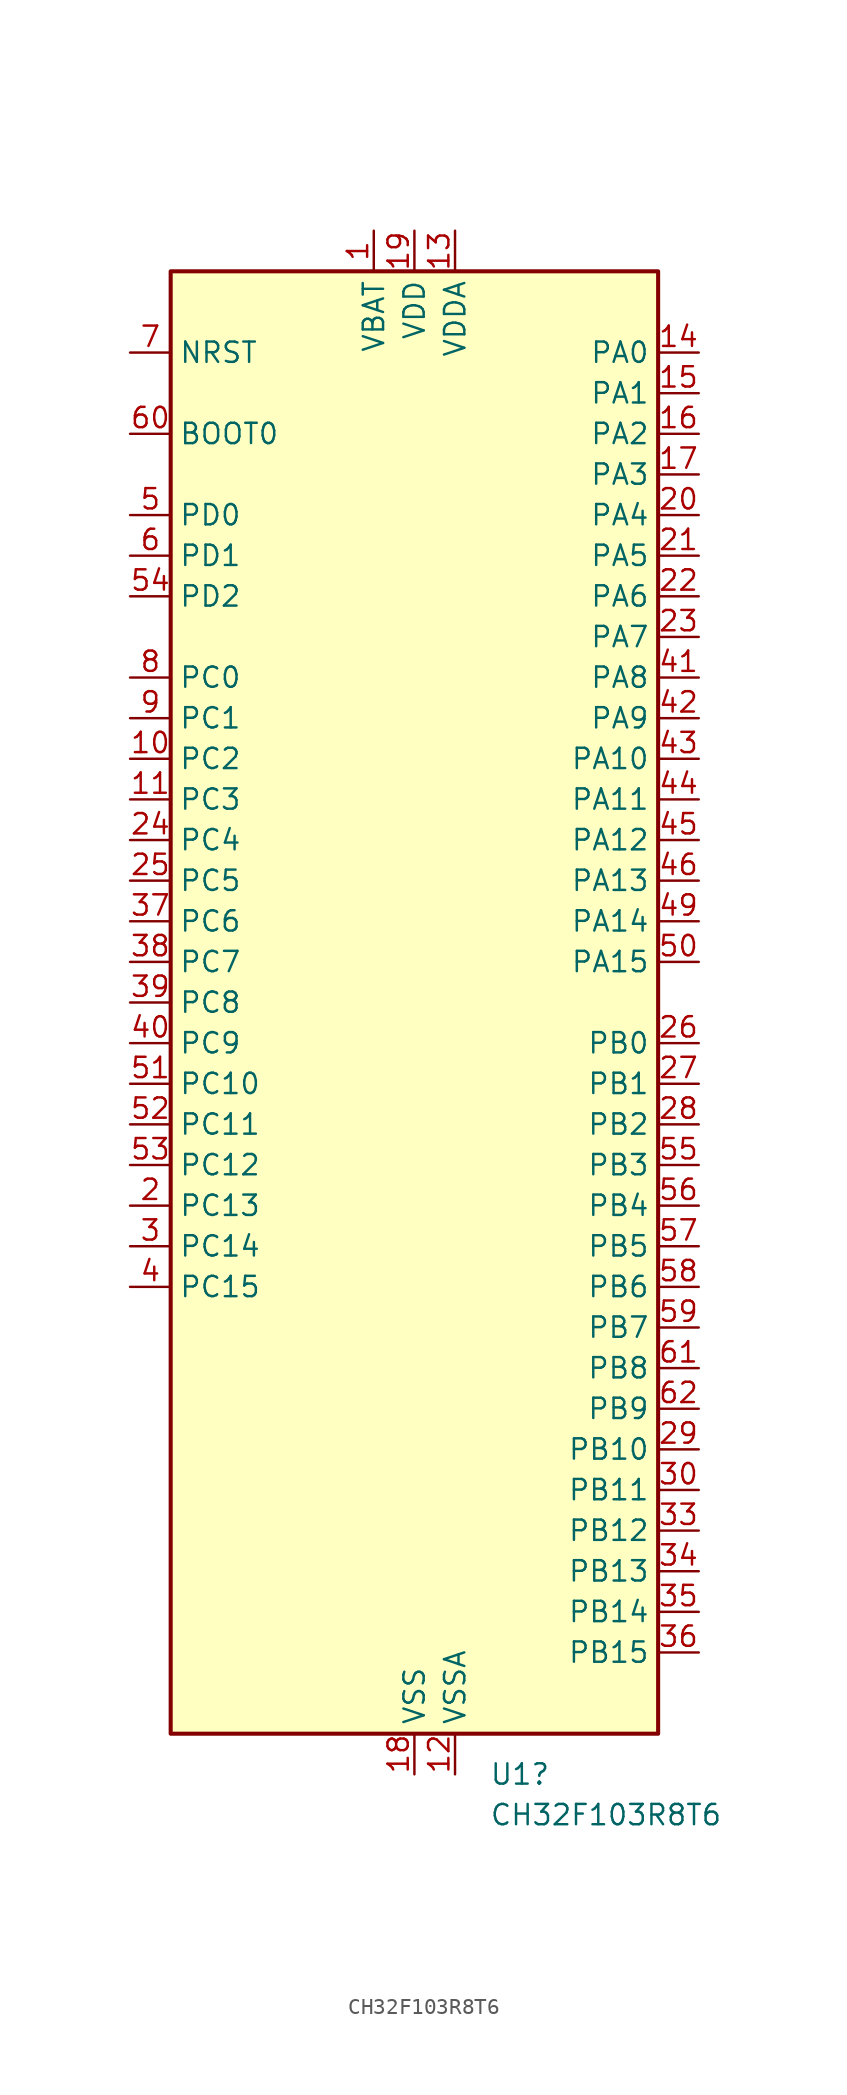
<source format=kicad_sym>
(kicad_symbol_lib
  (version 20241209)
  (generator "kicad_symbol_editor")
  (generator_version "9.0")
  (symbol "CH32F103R8T6"
    (property "Reference" "U1"
      (at 4.683 -48.26 0)
      (effects (font (size 1.27 1.27)) (justify left)))
    (property "Value" "CH32F103R8T6"
      (at 4.683 -50.8 0)
      (effects (font (size 1.27 1.27)) (justify left)))
    (symbol "CH32F103R8T6_0_1"
      (rectangle (start -15.24 45.72) (end 15.24 -45.72) (stroke (width 0.254) (type default)) (fill (type background))))
    (symbol "CH32F103R8T6_1_1"
      (pin input line (at -17.78 40.64 0) (length 2.54) (name "NRST" (effects (font (size 1.27 1.27)))) (number "7" (effects (font (size 1.27 1.27)))))
      (pin input line (at -17.78 35.56 0) (length 2.54) (name "BOOT0" (effects (font (size 1.27 1.27)))) (number "60" (effects (font (size 1.27 1.27)))))
      (pin bidirectional line (at -17.78 30.48 0) (length 2.54) (name "PD0" (effects (font (size 1.27 1.27)))) (number "5" (effects (font (size 1.27 1.27)))) (alternate "RCC_OSC_IN" bidirectional line))
      (pin bidirectional line (at -17.78 27.94 0) (length 2.54) (name "PD1" (effects (font (size 1.27 1.27)))) (number "6" (effects (font (size 1.27 1.27)))) (alternate "RCC_OSC_OUT" bidirectional line))
      (pin bidirectional line (at -17.78 25.4 0) (length 2.54) (name "PD2" (effects (font (size 1.27 1.27)))) (number "54" (effects (font (size 1.27 1.27)))) (alternate "TIM3_ETR" bidirectional line))
      (pin bidirectional line (at -17.78 20.32 0) (length 2.54) (name "PC0" (effects (font (size 1.27 1.27)))) (number "8" (effects (font (size 1.27 1.27)))) (alternate "ADC1_IN10" bidirectional line) (alternate "ADC2_IN10" bidirectional line))
      (pin bidirectional line (at -17.78 17.78 0) (length 2.54) (name "PC1" (effects (font (size 1.27 1.27)))) (number "9" (effects (font (size 1.27 1.27)))) (alternate "ADC1_IN11" bidirectional line) (alternate "ADC2_IN11" bidirectional line))
      (pin bidirectional line (at -17.78 15.24 0) (length 2.54) (name "PC2" (effects (font (size 1.27 1.27)))) (number "10" (effects (font (size 1.27 1.27)))) (alternate "ADC1_IN12" bidirectional line) (alternate "ADC2_IN12" bidirectional line))
      (pin bidirectional line (at -17.78 12.7 0) (length 2.54) (name "PC3" (effects (font (size 1.27 1.27)))) (number "11" (effects (font (size 1.27 1.27)))) (alternate "ADC1_IN13" bidirectional line) (alternate "ADC2_IN13" bidirectional line))
      (pin bidirectional line (at -17.78 10.16 0) (length 2.54) (name "PC4" (effects (font (size 1.27 1.27)))) (number "24" (effects (font (size 1.27 1.27)))) (alternate "ADC1_IN14" bidirectional line) (alternate "ADC2_IN14" bidirectional line))
      (pin bidirectional line (at -17.78 7.62 0) (length 2.54) (name "PC5" (effects (font (size 1.27 1.27)))) (number "25" (effects (font (size 1.27 1.27)))) (alternate "ADC1_IN15" bidirectional line) (alternate "ADC2_IN15" bidirectional line))
      (pin bidirectional line (at -17.78 5.08 0) (length 2.54) (name "PC6" (effects (font (size 1.27 1.27)))) (number "37" (effects (font (size 1.27 1.27)))) (alternate "TIM3_CH1" bidirectional line))
      (pin bidirectional line (at -17.78 2.54 0) (length 2.54) (name "PC7" (effects (font (size 1.27 1.27)))) (number "38" (effects (font (size 1.27 1.27)))) (alternate "TIM3_CH2" bidirectional line))
      (pin bidirectional line (at -17.78 0 0) (length 2.54) (name "PC8" (effects (font (size 1.27 1.27)))) (number "39" (effects (font (size 1.27 1.27)))) (alternate "TIM3_CH3" bidirectional line))
      (pin bidirectional line (at -17.78 -2.54 0) (length 2.54) (name "PC9" (effects (font (size 1.27 1.27)))) (number "40" (effects (font (size 1.27 1.27)))) (alternate "TIM3_CH4" bidirectional line))
      (pin bidirectional line (at -17.78 -5.08 0) (length 2.54) (name "PC10" (effects (font (size 1.27 1.27)))) (number "51" (effects (font (size 1.27 1.27)))) (alternate "USART3_TX" bidirectional line))
      (pin bidirectional line (at -17.78 -7.62 0) (length 2.54) (name "PC11" (effects (font (size 1.27 1.27)))) (number "52" (effects (font (size 1.27 1.27)))) (alternate "ADC1_EXTI11" bidirectional line) (alternate "ADC2_EXTI11" bidirectional line) (alternate "USART3_RX" bidirectional line))
      (pin bidirectional line (at -17.78 -10.16 0) (length 2.54) (name "PC12" (effects (font (size 1.27 1.27)))) (number "53" (effects (font (size 1.27 1.27)))) (alternate "USART3_CK" bidirectional line))
      (pin bidirectional line (at -17.78 -12.7 0) (length 2.54) (name "PC13" (effects (font (size 1.27 1.27)))) (number "2" (effects (font (size 1.27 1.27)))) (alternate "RTC_TAMPER" bidirectional line))
      (pin bidirectional line (at -17.78 -15.24 0) (length 2.54) (name "PC14" (effects (font (size 1.27 1.27)))) (number "3" (effects (font (size 1.27 1.27)))) (alternate "RCC_OSC32_IN" bidirectional line))
      (pin bidirectional line (at -17.78 -17.78 0) (length 2.54) (name "PC15" (effects (font (size 1.27 1.27)))) (number "4" (effects (font (size 1.27 1.27)))) (alternate "ADC1_EXTI15" bidirectional line) (alternate "ADC2_EXTI15" bidirectional line) (alternate "RCC_OSC32_OUT" bidirectional line))
      (pin power_in line (at -2.54 48.26 270) (length 2.54) (name "VBAT" (effects (font (size 1.27 1.27)))) (number "1" (effects (font (size 1.27 1.27)))))
      (pin power_in line (at 0 48.26 270) (length 2.54) (name "VDD" (effects (font (size 1.27 1.27)))) (number "19" (effects (font (size 1.27 1.27)))))
      (pin power_in line (at 0 48.26 270) (length 2.54) (hide yes) (name "VDD" (effects (font (size 1.27 1.27)))) (number "32" (effects (font (size 1.27 1.27)))))
      (pin power_in line (at 0 48.26 270) (length 2.54) (hide yes) (name "VDD" (effects (font (size 1.27 1.27)))) (number "48" (effects (font (size 1.27 1.27)))))
      (pin power_in line (at 0 48.26 270) (length 2.54) (hide yes) (name "VDD" (effects (font (size 1.27 1.27)))) (number "64" (effects (font (size 1.27 1.27)))))
      (pin power_in line (at 0 -48.26 90) (length 2.54) (name "VSS" (effects (font (size 1.27 1.27)))) (number "18" (effects (font (size 1.27 1.27)))))
      (pin passive line (at 0 -48.26 90) (length 2.54) (hide yes) (name "VSS" (effects (font (size 1.27 1.27)))) (number "31" (effects (font (size 1.27 1.27)))))
      (pin passive line (at 0 -48.26 90) (length 2.54) (hide yes) (name "VSS" (effects (font (size 1.27 1.27)))) (number "47" (effects (font (size 1.27 1.27)))))
      (pin passive line (at 0 -48.26 90) (length 2.54) (hide yes) (name "VSS" (effects (font (size 1.27 1.27)))) (number "63" (effects (font (size 1.27 1.27)))))
      (pin power_in line (at 2.54 48.26 270) (length 2.54) (name "VDDA" (effects (font (size 1.27 1.27)))) (number "13" (effects (font (size 1.27 1.27)))))
      (pin power_in line (at 2.54 -48.26 90) (length 2.54) (name "VSSA" (effects (font (size 1.27 1.27)))) (number "12" (effects (font (size 1.27 1.27)))))
      (pin bidirectional line (at 17.78 40.64 180) (length 2.54) (name "PA0" (effects (font (size 1.27 1.27)))) (number "14" (effects (font (size 1.27 1.27)))) (alternate "ADC1_IN0" bidirectional line) (alternate "ADC2_IN0" bidirectional line) (alternate "SYS_WKUP" bidirectional line) (alternate "TIM2_CH1" bidirectional line) (alternate "TIM2_ETR" bidirectional line) (alternate "USART2_CTS" bidirectional line))
      (pin bidirectional line (at 17.78 38.1 180) (length 2.54) (name "PA1" (effects (font (size 1.27 1.27)))) (number "15" (effects (font (size 1.27 1.27)))) (alternate "ADC1_IN1" bidirectional line) (alternate "ADC2_IN1" bidirectional line) (alternate "TIM2_CH2" bidirectional line) (alternate "USART2_RTS" bidirectional line))
      (pin bidirectional line (at 17.78 35.56 180) (length 2.54) (name "PA2" (effects (font (size 1.27 1.27)))) (number "16" (effects (font (size 1.27 1.27)))) (alternate "ADC1_IN2" bidirectional line) (alternate "ADC2_IN2" bidirectional line) (alternate "TIM2_CH3" bidirectional line) (alternate "USART2_TX" bidirectional line))
      (pin bidirectional line (at 17.78 33.02 180) (length 2.54) (name "PA3" (effects (font (size 1.27 1.27)))) (number "17" (effects (font (size 1.27 1.27)))) (alternate "ADC1_IN3" bidirectional line) (alternate "ADC2_IN3" bidirectional line) (alternate "TIM2_CH4" bidirectional line) (alternate "USART2_RX" bidirectional line))
      (pin bidirectional line (at 17.78 30.48 180) (length 2.54) (name "PA4" (effects (font (size 1.27 1.27)))) (number "20" (effects (font (size 1.27 1.27)))) (alternate "ADC1_IN4" bidirectional line) (alternate "ADC2_IN4" bidirectional line) (alternate "SPI1_NSS" bidirectional line) (alternate "USART2_CK" bidirectional line))
      (pin bidirectional line (at 17.78 27.94 180) (length 2.54) (name "PA5" (effects (font (size 1.27 1.27)))) (number "21" (effects (font (size 1.27 1.27)))) (alternate "ADC1_IN5" bidirectional line) (alternate "ADC2_IN5" bidirectional line) (alternate "SPI1_SCK" bidirectional line))
      (pin bidirectional line (at 17.78 25.4 180) (length 2.54) (name "PA6" (effects (font (size 1.27 1.27)))) (number "22" (effects (font (size 1.27 1.27)))) (alternate "ADC1_IN6" bidirectional line) (alternate "ADC2_IN6" bidirectional line) (alternate "SPI1_MISO" bidirectional line) (alternate "TIM1_BKIN" bidirectional line) (alternate "TIM3_CH1" bidirectional line))
      (pin bidirectional line (at 17.78 22.86 180) (length 2.54) (name "PA7" (effects (font (size 1.27 1.27)))) (number "23" (effects (font (size 1.27 1.27)))) (alternate "ADC1_IN7" bidirectional line) (alternate "ADC2_IN7" bidirectional line) (alternate "SPI1_MOSI" bidirectional line) (alternate "TIM1_CH1N" bidirectional line) (alternate "TIM3_CH2" bidirectional line))
      (pin bidirectional line (at 17.78 20.32 180) (length 2.54) (name "PA8" (effects (font (size 1.27 1.27)))) (number "41" (effects (font (size 1.27 1.27)))) (alternate "RCC_MCO" bidirectional line) (alternate "TIM1_CH1" bidirectional line) (alternate "USART1_CK" bidirectional line))
      (pin bidirectional line (at 17.78 17.78 180) (length 2.54) (name "PA9" (effects (font (size 1.27 1.27)))) (number "42" (effects (font (size 1.27 1.27)))) (alternate "TIM1_CH2" bidirectional line) (alternate "USART1_TX" bidirectional line))
      (pin bidirectional line (at 17.78 15.24 180) (length 2.54) (name "PA10" (effects (font (size 1.27 1.27)))) (number "43" (effects (font (size 1.27 1.27)))) (alternate "TIM1_CH3" bidirectional line) (alternate "USART1_RX" bidirectional line))
      (pin bidirectional line (at 17.78 12.7 180) (length 2.54) (name "PA11" (effects (font (size 1.27 1.27)))) (number "44" (effects (font (size 1.27 1.27)))) (alternate "ADC1_EXTI11" bidirectional line) (alternate "ADC2_EXTI11" bidirectional line) (alternate "CAN_RX" bidirectional line) (alternate "TIM1_CH4" bidirectional line) (alternate "USART1_CTS" bidirectional line) (alternate "USB_DM" bidirectional line))
      (pin bidirectional line (at 17.78 10.16 180) (length 2.54) (name "PA12" (effects (font (size 1.27 1.27)))) (number "45" (effects (font (size 1.27 1.27)))) (alternate "CAN_TX" bidirectional line) (alternate "TIM1_ETR" bidirectional line) (alternate "USART1_RTS" bidirectional line) (alternate "USB_DP" bidirectional line))
      (pin bidirectional line (at 17.78 7.62 180) (length 2.54) (name "PA13" (effects (font (size 1.27 1.27)))) (number "46" (effects (font (size 1.27 1.27)))) (alternate "SWDIO" bidirectional line))
      (pin bidirectional line (at 17.78 5.08 180) (length 2.54) (name "PA14" (effects (font (size 1.27 1.27)))) (number "49" (effects (font (size 1.27 1.27)))) (alternate "SWCLK" bidirectional line))
      (pin bidirectional line (at 17.78 2.54 180) (length 2.54) (name "PA15" (effects (font (size 1.27 1.27)))) (number "50" (effects (font (size 1.27 1.27)))) (alternate "ADC1_EXTI15" bidirectional line) (alternate "ADC2_EXTI15" bidirectional line) (alternate "SPI1_NSS" bidirectional line) (alternate "SYS_JTDI" bidirectional line) (alternate "TIM2_CH1" bidirectional line) (alternate "TIM2_ETR" bidirectional line))
      (pin bidirectional line (at 17.78 -2.54 180) (length 2.54) (name "PB0" (effects (font (size 1.27 1.27)))) (number "26" (effects (font (size 1.27 1.27)))) (alternate "ADC1_IN8" bidirectional line) (alternate "ADC2_IN8" bidirectional line) (alternate "TIM1_CH2N" bidirectional line) (alternate "TIM3_CH3" bidirectional line))
      (pin bidirectional line (at 17.78 -5.08 180) (length 2.54) (name "PB1" (effects (font (size 1.27 1.27)))) (number "27" (effects (font (size 1.27 1.27)))) (alternate "ADC1_IN9" bidirectional line) (alternate "ADC2_IN9" bidirectional line) (alternate "TIM1_CH3N" bidirectional line) (alternate "TIM3_CH4" bidirectional line))
      (pin bidirectional line (at 17.78 -7.62 180) (length 2.54) (name "PB2" (effects (font (size 1.27 1.27)))) (number "28" (effects (font (size 1.27 1.27)))))
      (pin bidirectional line (at 17.78 -10.16 180) (length 2.54) (name "PB3" (effects (font (size 1.27 1.27)))) (number "55" (effects (font (size 1.27 1.27)))) (alternate "SPI1_SCK" bidirectional line) (alternate "SYS_JTDO-TRACESWO" bidirectional line) (alternate "TIM2_CH2" bidirectional line))
      (pin bidirectional line (at 17.78 -12.7 180) (length 2.54) (name "PB4" (effects (font (size 1.27 1.27)))) (number "56" (effects (font (size 1.27 1.27)))) (alternate "SPI1_MISO" bidirectional line) (alternate "SYS_NJTRST" bidirectional line) (alternate "TIM3_CH1" bidirectional line))
      (pin bidirectional line (at 17.78 -15.24 180) (length 2.54) (name "PB5" (effects (font (size 1.27 1.27)))) (number "57" (effects (font (size 1.27 1.27)))) (alternate "I2C1_SMBA" bidirectional line) (alternate "SPI1_MOSI" bidirectional line) (alternate "TIM3_CH2" bidirectional line))
      (pin bidirectional line (at 17.78 -17.78 180) (length 2.54) (name "PB6" (effects (font (size 1.27 1.27)))) (number "58" (effects (font (size 1.27 1.27)))) (alternate "I2C1_SCL" bidirectional line) (alternate "TIM4_CH1" bidirectional line) (alternate "USART1_TX" bidirectional line))
      (pin bidirectional line (at 17.78 -20.32 180) (length 2.54) (name "PB7" (effects (font (size 1.27 1.27)))) (number "59" (effects (font (size 1.27 1.27)))) (alternate "I2C1_SDA" bidirectional line) (alternate "TIM4_CH2" bidirectional line) (alternate "USART1_RX" bidirectional line))
      (pin bidirectional line (at 17.78 -22.86 180) (length 2.54) (name "PB8" (effects (font (size 1.27 1.27)))) (number "61" (effects (font (size 1.27 1.27)))) (alternate "CAN_RX" bidirectional line) (alternate "I2C1_SCL" bidirectional line) (alternate "TIM4_CH3" bidirectional line))
      (pin bidirectional line (at 17.78 -25.4 180) (length 2.54) (name "PB9" (effects (font (size 1.27 1.27)))) (number "62" (effects (font (size 1.27 1.27)))) (alternate "CAN_TX" bidirectional line) (alternate "I2C1_SDA" bidirectional line) (alternate "TIM4_CH4" bidirectional line))
      (pin bidirectional line (at 17.78 -27.94 180) (length 2.54) (name "PB10" (effects (font (size 1.27 1.27)))) (number "29" (effects (font (size 1.27 1.27)))) (alternate "I2C2_SCL" bidirectional line) (alternate "TIM2_CH3" bidirectional line) (alternate "USART3_TX" bidirectional line))
      (pin bidirectional line (at 17.78 -30.48 180) (length 2.54) (name "PB11" (effects (font (size 1.27 1.27)))) (number "30" (effects (font (size 1.27 1.27)))) (alternate "ADC1_EXTI11" bidirectional line) (alternate "ADC2_EXTI11" bidirectional line) (alternate "I2C2_SDA" bidirectional line) (alternate "TIM2_CH4" bidirectional line) (alternate "USART3_RX" bidirectional line))
      (pin bidirectional line (at 17.78 -33.02 180) (length 2.54) (name "PB12" (effects (font (size 1.27 1.27)))) (number "33" (effects (font (size 1.27 1.27)))) (alternate "I2C2_SMBA" bidirectional line) (alternate "SPI2_NSS" bidirectional line) (alternate "TIM1_BKIN" bidirectional line) (alternate "USART3_CK" bidirectional line))
      (pin bidirectional line (at 17.78 -35.56 180) (length 2.54) (name "PB13" (effects (font (size 1.27 1.27)))) (number "34" (effects (font (size 1.27 1.27)))) (alternate "SPI2_SCK" bidirectional line) (alternate "TIM1_CH1N" bidirectional line) (alternate "USART3_CTS" bidirectional line))
      (pin bidirectional line (at 17.78 -38.1 180) (length 2.54) (name "PB14" (effects (font (size 1.27 1.27)))) (number "35" (effects (font (size 1.27 1.27)))) (alternate "SPI2_MISO" bidirectional line) (alternate "TIM1_CH2N" bidirectional line) (alternate "USART3_RTS" bidirectional line))
      (pin bidirectional line (at 17.78 -40.64 180) (length 2.54) (name "PB15" (effects (font (size 1.27 1.27)))) (number "36" (effects (font (size 1.27 1.27)))) (alternate "ADC1_EXTI15" bidirectional line) (alternate "ADC2_EXTI15" bidirectional line) (alternate "SPI2_MOSI" bidirectional line) (alternate "TIM1_CH3N" bidirectional line)))))
</source>
